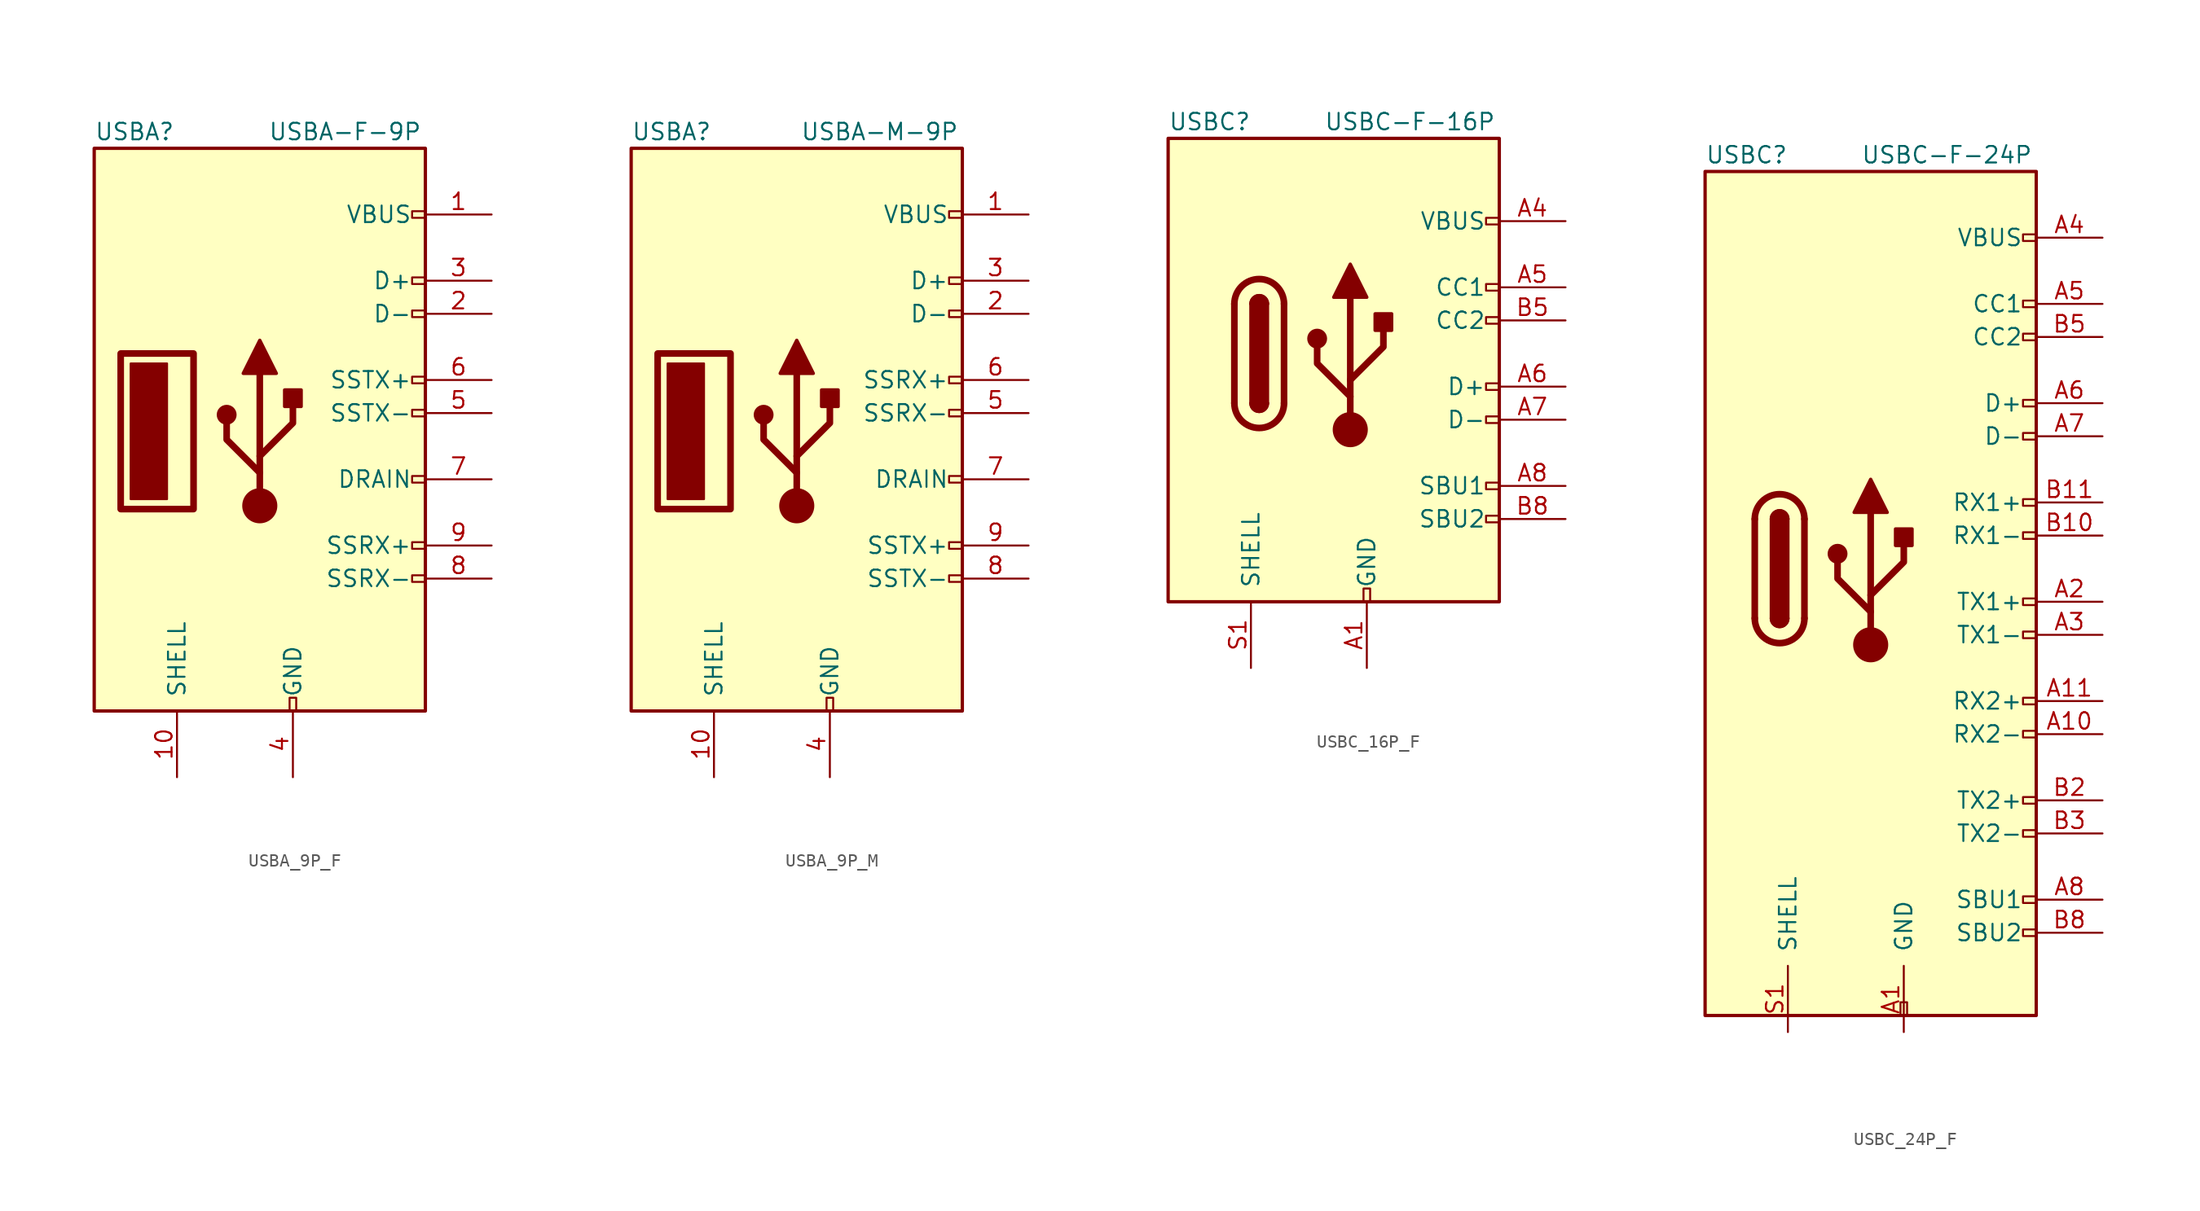
<source format=kicad_sym>
(kicad_symbol_lib
  (version 20231120)
  (generator "kicad_symbol_editor")
  (generator_version "8.0")
  (symbol "USBA_9P_F"
    (pin_names
      (offset 1.016))
    (property "Reference" "USBA"
      (at -15.24 22.86 0)
      (effects (font (size 1.27 1.27)) (justify left)))
    (property "Value" "USBA-F-9P"
      (at 9.906 22.86 0)
      (effects (font (size 1.27 1.27)) (justify right)))
    (symbol "USBA_9P_F_0_0"
      (rectangle (start -0.254 -21.59) (end 0.254 -20.574) (stroke (width 0) (type default)) (fill (type none)))
      (rectangle (start 9.144 -8.636) (end 10.16 -9.144) (stroke (width 0) (type default)) (fill (type none)))
      (rectangle (start 10.16 -11.176) (end 9.144 -11.684) (stroke (width 0) (type default)) (fill (type none)))
      (rectangle (start 10.16 -3.556) (end 9.144 -4.064) (stroke (width 0) (type default)) (fill (type none)))
      (rectangle (start 10.16 1.524) (end 9.144 1.016) (stroke (width 0) (type default)) (fill (type none)))
      (rectangle (start 10.16 4.064) (end 9.144 3.556) (stroke (width 0) (type default)) (fill (type none)))
      (rectangle (start 10.16 9.144) (end 9.144 8.636) (stroke (width 0) (type default)) (fill (type none)))
      (rectangle (start 10.16 11.684) (end 9.144 11.176) (stroke (width 0) (type default)) (fill (type none)))
      (rectangle (start 10.16 16.764) (end 9.144 16.256) (stroke (width 0) (type default)) (fill (type none))))
    (symbol "USBA_9P_F_0_1"
      (rectangle (start -15.24 21.59) (end 10.16 -21.59) (stroke (width 0.254) (type default)) (fill (type background)))
      (rectangle (start -12.446 5.08) (end -9.652 -5.334) (stroke (width 0) (type default)) (fill (type outline))))
    (symbol "USBA_9P_F_1_1"
      (rectangle (start -13.208 5.842) (end -7.62 -6.096) (stroke (width 0.508) (type default)) (fill (type none)))
      (circle (center -5.08 1.143) (radius 0.635) (stroke (width 0.254) (type default)) (fill (type outline)))
      (circle (center -2.54 -5.842) (radius 1.27) (stroke (width 0) (type default)) (fill (type outline)))
      (rectangle (start -0.635 1.778) (end 0.635 3.048) (stroke (width 0.254) (type default)) (fill (type outline)))
      (polyline (pts (xy -2.54 -5.842) (xy -2.54 4.318)) (stroke (width 0.508) (type default)) (fill (type none)))
      (polyline (pts (xy -2.54 -3.302) (xy -5.08 -0.762) (xy -5.08 0.508)) (stroke (width 0.508) (type default)) (fill (type none)))
      (polyline (pts (xy -2.54 -2.032) (xy 0 0.508) (xy 0 1.778)) (stroke (width 0.508) (type default)) (fill (type none)))
      (polyline (pts (xy -3.81 4.318) (xy -2.54 6.858) (xy -1.27 4.318) (xy -3.81 4.318)) (stroke (width 0.254) (type default)) (fill (type outline)))
      (pin passive line (at 15.24 16.51 180) (length 5.08) (name "VBUS" (effects (font (size 1.27 1.27)))) (number "1" (effects (font (size 1.27 1.27)))))
      (pin passive line (at -8.89 -26.67 90) (length 5.08) (name "SHELL" (effects (font (size 1.27 1.27)))) (number "10" (effects (font (size 1.27 1.27)))))
      (pin bidirectional line (at 15.24 8.89 180) (length 5.08) (name "D-" (effects (font (size 1.27 1.27)))) (number "2" (effects (font (size 1.27 1.27)))))
      (pin bidirectional line (at 15.24 11.43 180) (length 5.08) (name "D+" (effects (font (size 1.27 1.27)))) (number "3" (effects (font (size 1.27 1.27)))))
      (pin passive line (at 0 -26.67 90) (length 5.08) (name "GND" (effects (font (size 1.27 1.27)))) (number "4" (effects (font (size 1.27 1.27)))))
      (pin bidirectional line (at 15.24 1.27 180) (length 5.08) (name "SSTX-" (effects (font (size 1.27 1.27)))) (number "5" (effects (font (size 1.27 1.27)))))
      (pin bidirectional line (at 15.24 3.81 180) (length 5.08) (name "SSTX+" (effects (font (size 1.27 1.27)))) (number "6" (effects (font (size 1.27 1.27)))))
      (pin passive line (at 15.24 -3.81 180) (length 5.08) (name "DRAIN" (effects (font (size 1.27 1.27)))) (number "7" (effects (font (size 1.27 1.27)))))
      (pin bidirectional line (at 15.24 -11.43 180) (length 5.08) (name "SSRX-" (effects (font (size 1.27 1.27)))) (number "8" (effects (font (size 1.27 1.27)))))
      (pin bidirectional line (at 15.24 -8.89 180) (length 5.08) (name "SSRX+" (effects (font (size 1.27 1.27)))) (number "9" (effects (font (size 1.27 1.27)))))))
  (symbol "USBA_9P_M"
    (pin_names
      (offset 1.016))
    (property "Reference" "USBA"
      (at -15.24 22.86 0)
      (effects (font (size 1.27 1.27)) (justify left)))
    (property "Value" "USBA-M-9P"
      (at 9.906 22.86 0)
      (effects (font (size 1.27 1.27)) (justify right)))
    (symbol "USBA_9P_M_0_0"
      (rectangle (start -0.254 -21.59) (end 0.254 -20.574) (stroke (width 0) (type default)) (fill (type none)))
      (rectangle (start 9.144 -8.636) (end 10.16 -9.144) (stroke (width 0) (type default)) (fill (type none)))
      (rectangle (start 10.16 -11.176) (end 9.144 -11.684) (stroke (width 0) (type default)) (fill (type none)))
      (rectangle (start 10.16 -3.556) (end 9.144 -4.064) (stroke (width 0) (type default)) (fill (type none)))
      (rectangle (start 10.16 1.524) (end 9.144 1.016) (stroke (width 0) (type default)) (fill (type none)))
      (rectangle (start 10.16 4.064) (end 9.144 3.556) (stroke (width 0) (type default)) (fill (type none)))
      (rectangle (start 10.16 9.144) (end 9.144 8.636) (stroke (width 0) (type default)) (fill (type none)))
      (rectangle (start 10.16 11.684) (end 9.144 11.176) (stroke (width 0) (type default)) (fill (type none)))
      (rectangle (start 10.16 16.764) (end 9.144 16.256) (stroke (width 0) (type default)) (fill (type none))))
    (symbol "USBA_9P_M_0_1"
      (rectangle (start -15.24 21.59) (end 10.16 -21.59) (stroke (width 0.254) (type default)) (fill (type background)))
      (rectangle (start -12.446 5.08) (end -9.652 -5.334) (stroke (width 0) (type default)) (fill (type outline))))
    (symbol "USBA_9P_M_1_1"
      (rectangle (start -13.208 5.842) (end -7.62 -6.096) (stroke (width 0.508) (type default)) (fill (type none)))
      (circle (center -5.08 1.143) (radius 0.635) (stroke (width 0.254) (type default)) (fill (type outline)))
      (circle (center -2.54 -5.842) (radius 1.27) (stroke (width 0) (type default)) (fill (type outline)))
      (rectangle (start -0.635 1.778) (end 0.635 3.048) (stroke (width 0.254) (type default)) (fill (type outline)))
      (polyline (pts (xy -2.54 -5.842) (xy -2.54 4.318)) (stroke (width 0.508) (type default)) (fill (type none)))
      (polyline (pts (xy -2.54 -3.302) (xy -5.08 -0.762) (xy -5.08 0.508)) (stroke (width 0.508) (type default)) (fill (type none)))
      (polyline (pts (xy -2.54 -2.032) (xy 0 0.508) (xy 0 1.778)) (stroke (width 0.508) (type default)) (fill (type none)))
      (polyline (pts (xy -3.81 4.318) (xy -2.54 6.858) (xy -1.27 4.318) (xy -3.81 4.318)) (stroke (width 0.254) (type default)) (fill (type outline)))
      (pin passive line (at 15.24 16.51 180) (length 5.08) (name "VBUS" (effects (font (size 1.27 1.27)))) (number "1" (effects (font (size 1.27 1.27)))))
      (pin passive line (at -8.89 -26.67 90) (length 5.08) (name "SHELL" (effects (font (size 1.27 1.27)))) (number "10" (effects (font (size 1.27 1.27)))))
      (pin bidirectional line (at 15.24 8.89 180) (length 5.08) (name "D-" (effects (font (size 1.27 1.27)))) (number "2" (effects (font (size 1.27 1.27)))))
      (pin bidirectional line (at 15.24 11.43 180) (length 5.08) (name "D+" (effects (font (size 1.27 1.27)))) (number "3" (effects (font (size 1.27 1.27)))))
      (pin passive line (at 0 -26.67 90) (length 5.08) (name "GND" (effects (font (size 1.27 1.27)))) (number "4" (effects (font (size 1.27 1.27)))))
      (pin bidirectional line (at 15.24 1.27 180) (length 5.08) (name "SSRX-" (effects (font (size 1.27 1.27)))) (number "5" (effects (font (size 1.27 1.27)))))
      (pin bidirectional line (at 15.24 3.81 180) (length 5.08) (name "SSRX+" (effects (font (size 1.27 1.27)))) (number "6" (effects (font (size 1.27 1.27)))))
      (pin passive line (at 15.24 -3.81 180) (length 5.08) (name "DRAIN" (effects (font (size 1.27 1.27)))) (number "7" (effects (font (size 1.27 1.27)))))
      (pin bidirectional line (at 15.24 -11.43 180) (length 5.08) (name "SSTX-" (effects (font (size 1.27 1.27)))) (number "8" (effects (font (size 1.27 1.27)))))
      (pin bidirectional line (at 15.24 -8.89 180) (length 5.08) (name "SSTX+" (effects (font (size 1.27 1.27)))) (number "9" (effects (font (size 1.27 1.27)))))))
  (symbol "USBC_16P_F"
    (pin_names
      (offset 1.016))
    (property "Reference" "USBC"
      (at -15.24 17.78 0)
      (effects (font (size 1.27 1.27)) (justify left)))
    (property "Value" "USBC-F-16P"
      (at 9.906 17.78 0)
      (effects (font (size 1.27 1.27)) (justify right)))
    (symbol "USBC_16P_F_0_0"
      (rectangle (start -0.254 -19.05) (end 0.254 -18.034) (stroke (width 0) (type default)) (fill (type none)))
      (rectangle (start 10.16 -12.446) (end 9.144 -12.954) (stroke (width 0) (type default)) (fill (type none)))
      (rectangle (start 10.16 -9.906) (end 9.144 -10.414) (stroke (width 0) (type default)) (fill (type none)))
      (rectangle (start 10.16 -4.826) (end 9.144 -5.334) (stroke (width 0) (type default)) (fill (type none)))
      (rectangle (start 10.16 -2.286) (end 9.144 -2.794) (stroke (width 0) (type default)) (fill (type none)))
      (rectangle (start 10.16 2.794) (end 9.144 2.286) (stroke (width 0) (type default)) (fill (type none)))
      (rectangle (start 10.16 5.334) (end 9.144 4.826) (stroke (width 0) (type default)) (fill (type none)))
      (rectangle (start 10.16 10.414) (end 9.144 9.906) (stroke (width 0) (type default)) (fill (type none))))
    (symbol "USBC_16P_F_0_1"
      (rectangle (start -15.24 16.51) (end 10.16 -19.05) (stroke (width 0.254) (type default)) (fill (type background)))
      (arc (start -10.16 -3.81) (mid -8.255 -5.7067) (end -6.35 -3.81) (stroke (width 0.508) (type default)) (fill (type none)))
      (arc (start -8.89 -3.81) (mid -8.255 -4.4423) (end -7.62 -3.81) (stroke (width 0.254) (type default)) (fill (type none)))
      (arc (start -8.89 -3.81) (mid -8.255 -4.4423) (end -7.62 -3.81) (stroke (width 0.254) (type default)) (fill (type outline)))
      (rectangle (start -8.89 3.81) (end -7.62 -3.81) (stroke (width 0.254) (type default)) (fill (type outline)))
      (arc (start -7.62 3.81) (mid -8.255 4.4423) (end -8.89 3.81) (stroke (width 0.254) (type default)) (fill (type none)))
      (arc (start -7.62 3.81) (mid -8.255 4.4423) (end -8.89 3.81) (stroke (width 0.254) (type default)) (fill (type outline)))
      (arc (start -6.35 3.81) (mid -8.255 5.7067) (end -10.16 3.81) (stroke (width 0.508) (type default)) (fill (type none)))
      (polyline (pts (xy -10.16 -3.81) (xy -10.16 3.81)) (stroke (width 0.508) (type default)) (fill (type none)))
      (polyline (pts (xy -6.35 3.81) (xy -6.35 -3.81)) (stroke (width 0.508) (type default)) (fill (type none))))
    (symbol "USBC_16P_F_1_1"
      (circle (center -3.81 1.143) (radius 0.635) (stroke (width 0.254) (type default)) (fill (type outline)))
      (circle (center -1.27 -5.842) (radius 1.27) (stroke (width 0) (type default)) (fill (type outline)))
      (polyline (pts (xy -1.27 -5.842) (xy -1.27 4.318)) (stroke (width 0.508) (type default)) (fill (type none)))
      (polyline (pts (xy -1.27 -3.302) (xy -3.81 -0.762) (xy -3.81 0.508)) (stroke (width 0.508) (type default)) (fill (type none)))
      (polyline (pts (xy -1.27 -2.032) (xy 1.27 0.508) (xy 1.27 1.778)) (stroke (width 0.508) (type default)) (fill (type none)))
      (polyline (pts (xy -2.54 4.318) (xy -1.27 6.858) (xy 0 4.318) (xy -2.54 4.318)) (stroke (width 0.254) (type default)) (fill (type outline)))
      (rectangle (start 0.635 1.778) (end 1.905 3.048) (stroke (width 0.254) (type default)) (fill (type outline)))
      (pin passive line (at 0 -24.13 90) (length 5.08) (name "GND" (effects (font (size 1.27 1.27)))) (number "A1" (effects (font (size 1.27 1.27)))))
      (pin passive line (at 0 -24.13 90) (length 5.08) hide (name "GND" (effects (font (size 1.27 1.27)))) (number "A12" (effects (font (size 1.27 1.27)))))
      (pin passive line (at 15.24 10.16 180) (length 5.08) (name "VBUS" (effects (font (size 1.27 1.27)))) (number "A4" (effects (font (size 1.27 1.27)))))
      (pin bidirectional line (at 15.24 5.08 180) (length 5.08) (name "CC1" (effects (font (size 1.27 1.27)))) (number "A5" (effects (font (size 1.27 1.27)))))
      (pin bidirectional line (at 15.24 -2.54 180) (length 5.08) (name "D+" (effects (font (size 1.27 1.27)))) (number "A6" (effects (font (size 1.27 1.27)))))
      (pin bidirectional line (at 15.24 -5.08 180) (length 5.08) (name "D-" (effects (font (size 1.27 1.27)))) (number "A7" (effects (font (size 1.27 1.27)))))
      (pin bidirectional line (at 15.24 -10.16 180) (length 5.08) (name "SBU1" (effects (font (size 1.27 1.27)))) (number "A8" (effects (font (size 1.27 1.27)))))
      (pin passive line (at 15.24 10.16 180) (length 5.08) hide (name "VBUS" (effects (font (size 1.27 1.27)))) (number "A9" (effects (font (size 1.27 1.27)))))
      (pin passive line (at 0 -24.13 90) (length 5.08) hide (name "GND" (effects (font (size 1.27 1.27)))) (number "B1" (effects (font (size 1.27 1.27)))))
      (pin passive line (at 0 -24.13 90) (length 5.08) hide (name "GND" (effects (font (size 1.27 1.27)))) (number "B12" (effects (font (size 1.27 1.27)))))
      (pin passive line (at 15.24 10.16 180) (length 5.08) hide (name "VBUS" (effects (font (size 1.27 1.27)))) (number "B4" (effects (font (size 1.27 1.27)))))
      (pin bidirectional line (at 15.24 2.54 180) (length 5.08) (name "CC2" (effects (font (size 1.27 1.27)))) (number "B5" (effects (font (size 1.27 1.27)))))
      (pin bidirectional line (at 15.24 -2.54 180) (length 5.08) hide (name "D+" (effects (font (size 1.27 1.27)))) (number "B6" (effects (font (size 1.27 1.27)))))
      (pin bidirectional line (at 15.24 -5.08 180) (length 5.08) hide (name "D-" (effects (font (size 1.27 1.27)))) (number "B7" (effects (font (size 1.27 1.27)))))
      (pin bidirectional line (at 15.24 -12.7 180) (length 5.08) (name "SBU2" (effects (font (size 1.27 1.27)))) (number "B8" (effects (font (size 1.27 1.27)))))
      (pin passive line (at 15.24 10.16 180) (length 5.08) hide (name "VBUS" (effects (font (size 1.27 1.27)))) (number "B9" (effects (font (size 1.27 1.27)))))
      (pin passive line (at -8.89 -24.13 90) (length 5.08) (name "SHELL" (effects (font (size 1.27 1.27)))) (number "S1" (effects (font (size 1.27 1.27)))))))
  (symbol "USBC_24P_F"
    (pin_names
      (offset 1.016))
    (property "Reference" "USBC"
      (at -15.24 31.75 0)
      (effects (font (size 1.27 1.27)) (justify left)))
    (property "Value" "USBC-F-24P"
      (at 9.906 31.75 0)
      (effects (font (size 1.27 1.27)) (justify right)))
    (symbol "USBC_24P_F_0_0"
      (rectangle (start -0.254 -34.29) (end 0.254 -33.274) (stroke (width 0) (type default)) (fill (type none)))
      (rectangle (start 10.16 -27.686) (end 9.144 -28.194) (stroke (width 0) (type default)) (fill (type none)))
      (rectangle (start 10.16 -25.146) (end 9.144 -25.654) (stroke (width 0) (type default)) (fill (type none)))
      (rectangle (start 10.16 -20.066) (end 9.144 -20.574) (stroke (width 0) (type default)) (fill (type none)))
      (rectangle (start 10.16 -17.526) (end 9.144 -18.034) (stroke (width 0) (type default)) (fill (type none)))
      (rectangle (start 10.16 -12.446) (end 9.144 -12.954) (stroke (width 0) (type default)) (fill (type none)))
      (rectangle (start 10.16 -9.906) (end 9.144 -10.414) (stroke (width 0) (type default)) (fill (type none)))
      (rectangle (start 10.16 -4.826) (end 9.144 -5.334) (stroke (width 0) (type default)) (fill (type none)))
      (rectangle (start 10.16 -2.286) (end 9.144 -2.794) (stroke (width 0) (type default)) (fill (type none)))
      (rectangle (start 10.16 2.794) (end 9.144 2.286) (stroke (width 0) (type default)) (fill (type none)))
      (rectangle (start 10.16 5.334) (end 9.144 4.826) (stroke (width 0) (type default)) (fill (type none)))
      (rectangle (start 10.16 10.414) (end 9.144 9.906) (stroke (width 0) (type default)) (fill (type none)))
      (rectangle (start 10.16 12.954) (end 9.144 12.446) (stroke (width 0) (type default)) (fill (type none)))
      (rectangle (start 10.16 18.034) (end 9.144 17.526) (stroke (width 0) (type default)) (fill (type none)))
      (rectangle (start 10.16 20.574) (end 9.144 20.066) (stroke (width 0) (type default)) (fill (type none)))
      (rectangle (start 10.16 25.654) (end 9.144 25.146) (stroke (width 0) (type default)) (fill (type none))))
    (symbol "USBC_24P_F_0_1"
      (rectangle (start -15.24 30.48) (end 10.16 -34.29) (stroke (width 0.254) (type default)) (fill (type background)))
      (arc (start -11.43 -3.81) (mid -9.525 -5.7067) (end -7.62 -3.81) (stroke (width 0.508) (type default)) (fill (type none)))
      (arc (start -10.16 -3.81) (mid -9.525 -4.4423) (end -8.89 -3.81) (stroke (width 0.254) (type default)) (fill (type none)))
      (arc (start -10.16 -3.81) (mid -9.525 -4.4423) (end -8.89 -3.81) (stroke (width 0.254) (type default)) (fill (type outline)))
      (rectangle (start -10.16 3.81) (end -8.89 -3.81) (stroke (width 0.254) (type default)) (fill (type outline)))
      (arc (start -8.89 3.81) (mid -9.525 4.4423) (end -10.16 3.81) (stroke (width 0.254) (type default)) (fill (type none)))
      (arc (start -8.89 3.81) (mid -9.525 4.4423) (end -10.16 3.81) (stroke (width 0.254) (type default)) (fill (type outline)))
      (arc (start -7.62 3.81) (mid -9.525 5.7067) (end -11.43 3.81) (stroke (width 0.508) (type default)) (fill (type none)))
      (polyline (pts (xy -11.43 -3.81) (xy -11.43 3.81)) (stroke (width 0.508) (type default)) (fill (type none)))
      (polyline (pts (xy -7.62 3.81) (xy -7.62 -3.81)) (stroke (width 0.508) (type default)) (fill (type none))))
    (symbol "USBC_24P_F_1_1"
      (circle (center -5.08 1.143) (radius 0.635) (stroke (width 0.254) (type default)) (fill (type outline)))
      (circle (center -2.54 -5.842) (radius 1.27) (stroke (width 0) (type default)) (fill (type outline)))
      (rectangle (start -0.635 1.778) (end 0.635 3.048) (stroke (width 0.254) (type default)) (fill (type outline)))
      (polyline (pts (xy -2.54 -5.842) (xy -2.54 4.318)) (stroke (width 0.508) (type default)) (fill (type none)))
      (polyline (pts (xy -2.54 -3.302) (xy -5.08 -0.762) (xy -5.08 0.508)) (stroke (width 0.508) (type default)) (fill (type none)))
      (polyline (pts (xy -2.54 -2.032) (xy 0 0.508) (xy 0 1.778)) (stroke (width 0.508) (type default)) (fill (type none)))
      (polyline (pts (xy -3.81 4.318) (xy -2.54 6.858) (xy -1.27 4.318) (xy -3.81 4.318)) (stroke (width 0.254) (type default)) (fill (type outline)))
      (pin passive line (at 0 -35.56 90) (length 5.08) (name "GND" (effects (font (size 1.27 1.27)))) (number "A1" (effects (font (size 1.27 1.27)))))
      (pin bidirectional line (at 15.24 -12.7 180) (length 5.08) (name "RX2-" (effects (font (size 1.27 1.27)))) (number "A10" (effects (font (size 1.27 1.27)))))
      (pin bidirectional line (at 15.24 -10.16 180) (length 5.08) (name "RX2+" (effects (font (size 1.27 1.27)))) (number "A11" (effects (font (size 1.27 1.27)))))
      (pin passive line (at 0 -35.56 90) (length 5.08) hide (name "GND" (effects (font (size 1.27 1.27)))) (number "A12" (effects (font (size 1.27 1.27)))))
      (pin bidirectional line (at 15.24 -2.54 180) (length 5.08) (name "TX1+" (effects (font (size 1.27 1.27)))) (number "A2" (effects (font (size 1.27 1.27)))))
      (pin bidirectional line (at 15.24 -5.08 180) (length 5.08) (name "TX1-" (effects (font (size 1.27 1.27)))) (number "A3" (effects (font (size 1.27 1.27)))))
      (pin passive line (at 15.24 25.4 180) (length 5.08) (name "VBUS" (effects (font (size 1.27 1.27)))) (number "A4" (effects (font (size 1.27 1.27)))))
      (pin bidirectional line (at 15.24 20.32 180) (length 5.08) (name "CC1" (effects (font (size 1.27 1.27)))) (number "A5" (effects (font (size 1.27 1.27)))))
      (pin bidirectional line (at 15.24 12.7 180) (length 5.08) (name "D+" (effects (font (size 1.27 1.27)))) (number "A6" (effects (font (size 1.27 1.27)))))
      (pin bidirectional line (at 15.24 10.16 180) (length 5.08) (name "D-" (effects (font (size 1.27 1.27)))) (number "A7" (effects (font (size 1.27 1.27)))))
      (pin bidirectional line (at 15.24 -25.4 180) (length 5.08) (name "SBU1" (effects (font (size 1.27 1.27)))) (number "A8" (effects (font (size 1.27 1.27)))))
      (pin passive line (at 15.24 25.4 180) (length 5.08) hide (name "VBUS" (effects (font (size 1.27 1.27)))) (number "A9" (effects (font (size 1.27 1.27)))))
      (pin passive line (at 0 -35.56 90) (length 5.08) hide (name "GND" (effects (font (size 1.27 1.27)))) (number "B1" (effects (font (size 1.27 1.27)))))
      (pin bidirectional line (at 15.24 2.54 180) (length 5.08) (name "RX1-" (effects (font (size 1.27 1.27)))) (number "B10" (effects (font (size 1.27 1.27)))))
      (pin bidirectional line (at 15.24 5.08 180) (length 5.08) (name "RX1+" (effects (font (size 1.27 1.27)))) (number "B11" (effects (font (size 1.27 1.27)))))
      (pin passive line (at 0 -35.56 90) (length 5.08) hide (name "GND" (effects (font (size 1.27 1.27)))) (number "B12" (effects (font (size 1.27 1.27)))))
      (pin bidirectional line (at 15.24 -17.78 180) (length 5.08) (name "TX2+" (effects (font (size 1.27 1.27)))) (number "B2" (effects (font (size 1.27 1.27)))))
      (pin bidirectional line (at 15.24 -20.32 180) (length 5.08) (name "TX2-" (effects (font (size 1.27 1.27)))) (number "B3" (effects (font (size 1.27 1.27)))))
      (pin passive line (at 15.24 25.4 180) (length 5.08) hide (name "VBUS" (effects (font (size 1.27 1.27)))) (number "B4" (effects (font (size 1.27 1.27)))))
      (pin bidirectional line (at 15.24 17.78 180) (length 5.08) (name "CC2" (effects (font (size 1.27 1.27)))) (number "B5" (effects (font (size 1.27 1.27)))))
      (pin bidirectional line (at 15.24 12.7 180) (length 5.08) hide (name "D+" (effects (font (size 1.27 1.27)))) (number "B6" (effects (font (size 1.27 1.27)))))
      (pin bidirectional line (at 15.24 10.16 180) (length 5.08) hide (name "D-" (effects (font (size 1.27 1.27)))) (number "B7" (effects (font (size 1.27 1.27)))))
      (pin bidirectional line (at 15.24 -27.94 180) (length 5.08) (name "SBU2" (effects (font (size 1.27 1.27)))) (number "B8" (effects (font (size 1.27 1.27)))))
      (pin passive line (at 15.24 25.4 180) (length 5.08) hide (name "VBUS" (effects (font (size 1.27 1.27)))) (number "B9" (effects (font (size 1.27 1.27)))))
      (pin passive line (at -8.89 -35.56 90) (length 5.08) (name "SHELL" (effects (font (size 1.27 1.27)))) (number "S1" (effects (font (size 1.27 1.27))))))))
</source>
